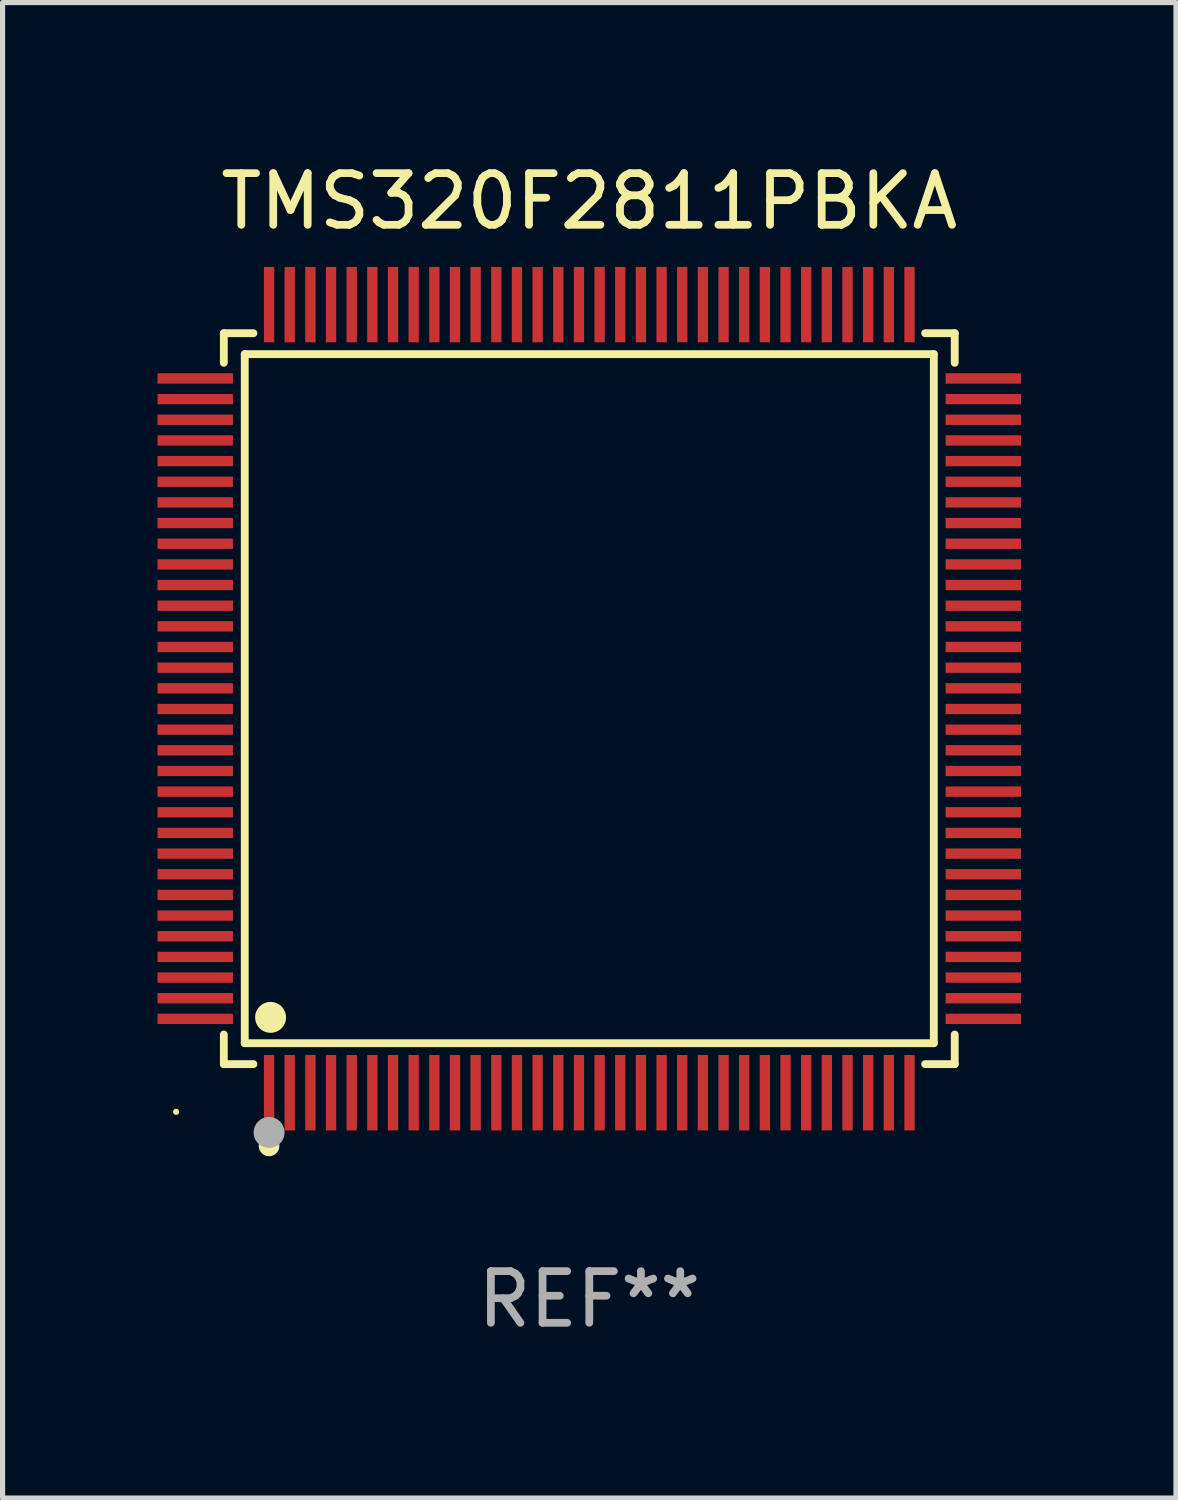
<source format=kicad_pcb>
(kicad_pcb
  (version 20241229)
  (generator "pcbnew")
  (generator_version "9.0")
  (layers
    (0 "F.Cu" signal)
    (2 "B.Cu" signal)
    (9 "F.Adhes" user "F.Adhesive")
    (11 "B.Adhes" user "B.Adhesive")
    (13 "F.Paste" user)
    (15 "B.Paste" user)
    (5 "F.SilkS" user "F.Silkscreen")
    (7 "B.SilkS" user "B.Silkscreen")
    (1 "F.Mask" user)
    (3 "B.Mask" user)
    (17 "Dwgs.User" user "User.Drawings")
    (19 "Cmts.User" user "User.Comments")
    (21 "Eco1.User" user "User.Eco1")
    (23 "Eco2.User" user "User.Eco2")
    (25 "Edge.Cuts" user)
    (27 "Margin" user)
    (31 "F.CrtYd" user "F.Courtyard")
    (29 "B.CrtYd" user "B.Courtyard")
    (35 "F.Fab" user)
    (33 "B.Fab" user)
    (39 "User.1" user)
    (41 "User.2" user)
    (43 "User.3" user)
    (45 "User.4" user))
  (footprint "TMS320F2811PBKA"
    (layer "F.Cu")
    (at 8.36 10.478)
    (property "Reference" "TMS320F2811PBKA" (at 0 -9.63 0) (layer "F.SilkS") (effects (font (size 1 1) (thickness 0.15))))
    (attr through_hole)
    (fp_line (start -7.076 -7.076) (end -6.503 -7.076) (stroke (width 0.152) (type solid)) (layer "F.SilkS"))
    (fp_line (start -7.076 -6.503) (end -7.076 -7.076) (stroke (width 0.152) (type solid)) (layer "F.SilkS"))
    (fp_line (start -7.076 6.503) (end -7.076 7.076) (stroke (width 0.152) (type solid)) (layer "F.SilkS"))
    (fp_line (start -7.076 7.076) (end -6.503 7.076) (stroke (width 0.152) (type solid)) (layer "F.SilkS"))
    (fp_line (start -6.671 -6.671) (end 6.671 -6.671) (stroke (width 0.152) (type solid)) (layer "F.SilkS"))
    (fp_line (start -6.671 6.671) (end -6.671 -6.671) (stroke (width 0.152) (type solid)) (layer "F.SilkS"))
    (fp_line (start 6.671 -6.671) (end 6.671 6.671) (stroke (width 0.152) (type solid)) (layer "F.SilkS"))
    (fp_line (start 6.671 6.671) (end -6.671 6.671) (stroke (width 0.152) (type solid)) (layer "F.SilkS"))
    (fp_line (start 7.076 -7.076) (end 6.503 -7.076) (stroke (width 0.152) (type solid)) (layer "F.SilkS"))
    (fp_line (start 7.076 -6.503) (end 7.076 -7.076) (stroke (width 0.152) (type solid)) (layer "F.SilkS"))
    (fp_line (start 7.076 6.503) (end 7.076 7.076) (stroke (width 0.152) (type solid)) (layer "F.SilkS"))
    (fp_line (start 7.076 7.076) (end 6.503 7.076) (stroke (width 0.152) (type solid)) (layer "F.SilkS"))
    (fp_circle (center -8 8) (end -7.97 8) (stroke (width 0.06) (type solid)) (fill no) (layer "F.SilkS"))
    (fp_circle (center -6.2 8.66) (end -6.1 8.66) (stroke (width 0.2) (type solid)) (fill no) (layer "F.SilkS"))
    (fp_circle (center -6.171 6.171) (end -6.021 6.171) (stroke (width 0.3) (type solid)) (fill no) (layer "F.SilkS"))
    (fp_circle (center -6.2 8.4) (end -6.05 8.4) (stroke (width 0.3) (type solid)) (fill no) (layer "F.Fab"))
    (fp_text user "REF**" (at 0 11.63 0) (layer "F.Fab") (effects (font (size 1 1) (thickness 0.15))))
    (pad "1" smd rect (at -6.2 7.63) (size 0.2 1.46) (layers "F.Cu" "F.Mask" "F.Paste"))
    (pad "2" smd rect (at -5.8 7.63) (size 0.2 1.46) (layers "F.Cu" "F.Mask" "F.Paste"))
    (pad "3" smd rect (at -5.4 7.63) (size 0.2 1.46) (layers "F.Cu" "F.Mask" "F.Paste"))
    (pad "4" smd rect (at -5 7.63) (size 0.2 1.46) (layers "F.Cu" "F.Mask" "F.Paste"))
    (pad "5" smd rect (at -4.6 7.63) (size 0.2 1.46) (layers "F.Cu" "F.Mask" "F.Paste"))
    (pad "6" smd rect (at -4.2 7.63) (size 0.2 1.46) (layers "F.Cu" "F.Mask" "F.Paste"))
    (pad "7" smd rect (at -3.8 7.63) (size 0.2 1.46) (layers "F.Cu" "F.Mask" "F.Paste"))
    (pad "8" smd rect (at -3.4 7.63) (size 0.2 1.46) (layers "F.Cu" "F.Mask" "F.Paste"))
    (pad "9" smd rect (at -3 7.63) (size 0.2 1.46) (layers "F.Cu" "F.Mask" "F.Paste"))
    (pad "10" smd rect (at -2.6 7.63) (size 0.2 1.46) (layers "F.Cu" "F.Mask" "F.Paste"))
    (pad "11" smd rect (at -2.2 7.63) (size 0.2 1.46) (layers "F.Cu" "F.Mask" "F.Paste"))
    (pad "12" smd rect (at -1.8 7.63) (size 0.2 1.46) (layers "F.Cu" "F.Mask" "F.Paste"))
    (pad "13" smd rect (at -1.4 7.63) (size 0.2 1.46) (layers "F.Cu" "F.Mask" "F.Paste"))
    (pad "14" smd rect (at -1 7.63) (size 0.2 1.46) (layers "F.Cu" "F.Mask" "F.Paste"))
    (pad "15" smd rect (at -0.6 7.63) (size 0.2 1.46) (layers "F.Cu" "F.Mask" "F.Paste"))
    (pad "16" smd rect (at -0.2 7.63) (size 0.2 1.46) (layers "F.Cu" "F.Mask" "F.Paste"))
    (pad "17" smd rect (at 0.2 7.63) (size 0.2 1.46) (layers "F.Cu" "F.Mask" "F.Paste"))
    (pad "18" smd rect (at 0.6 7.63) (size 0.2 1.46) (layers "F.Cu" "F.Mask" "F.Paste"))
    (pad "19" smd rect (at 1 7.63) (size 0.2 1.46) (layers "F.Cu" "F.Mask" "F.Paste"))
    (pad "20" smd rect (at 1.4 7.63) (size 0.2 1.46) (layers "F.Cu" "F.Mask" "F.Paste"))
    (pad "21" smd rect (at 1.8 7.63) (size 0.2 1.46) (layers "F.Cu" "F.Mask" "F.Paste"))
    (pad "22" smd rect (at 2.2 7.63) (size 0.2 1.46) (layers "F.Cu" "F.Mask" "F.Paste"))
    (pad "23" smd rect (at 2.6 7.63) (size 0.2 1.46) (layers "F.Cu" "F.Mask" "F.Paste"))
    (pad "24" smd rect (at 3 7.63) (size 0.2 1.46) (layers "F.Cu" "F.Mask" "F.Paste"))
    (pad "25" smd rect (at 3.4 7.63) (size 0.2 1.46) (layers "F.Cu" "F.Mask" "F.Paste"))
    (pad "26" smd rect (at 3.8 7.63) (size 0.2 1.46) (layers "F.Cu" "F.Mask" "F.Paste"))
    (pad "27" smd rect (at 4.2 7.63) (size 0.2 1.46) (layers "F.Cu" "F.Mask" "F.Paste"))
    (pad "28" smd rect (at 4.6 7.63) (size 0.2 1.46) (layers "F.Cu" "F.Mask" "F.Paste"))
    (pad "29" smd rect (at 5 7.63) (size 0.2 1.46) (layers "F.Cu" "F.Mask" "F.Paste"))
    (pad "30" smd rect (at 5.4 7.63) (size 0.2 1.46) (layers "F.Cu" "F.Mask" "F.Paste"))
    (pad "31" smd rect (at 5.8 7.63) (size 0.2 1.46) (layers "F.Cu" "F.Mask" "F.Paste"))
    (pad "32" smd rect (at 6.2 7.63) (size 0.2 1.46) (layers "F.Cu" "F.Mask" "F.Paste"))
    (pad "33" smd rect (at 7.63 6.2) (size 1.46 0.2) (layers "F.Cu" "F.Mask" "F.Paste"))
    (pad "34" smd rect (at 7.63 5.8) (size 1.46 0.2) (layers "F.Cu" "F.Mask" "F.Paste"))
    (pad "35" smd rect (at 7.63 5.4) (size 1.46 0.2) (layers "F.Cu" "F.Mask" "F.Paste"))
    (pad "36" smd rect (at 7.63 5) (size 1.46 0.2) (layers "F.Cu" "F.Mask" "F.Paste"))
    (pad "37" smd rect (at 7.63 4.6) (size 1.46 0.2) (layers "F.Cu" "F.Mask" "F.Paste"))
    (pad "38" smd rect (at 7.63 4.2) (size 1.46 0.2) (layers "F.Cu" "F.Mask" "F.Paste"))
    (pad "39" smd rect (at 7.63 3.8) (size 1.46 0.2) (layers "F.Cu" "F.Mask" "F.Paste"))
    (pad "40" smd rect (at 7.63 3.4) (size 1.46 0.2) (layers "F.Cu" "F.Mask" "F.Paste"))
    (pad "41" smd rect (at 7.63 3) (size 1.46 0.2) (layers "F.Cu" "F.Mask" "F.Paste"))
    (pad "42" smd rect (at 7.63 2.6) (size 1.46 0.2) (layers "F.Cu" "F.Mask" "F.Paste"))
    (pad "43" smd rect (at 7.63 2.2) (size 1.46 0.2) (layers "F.Cu" "F.Mask" "F.Paste"))
    (pad "44" smd rect (at 7.63 1.8) (size 1.46 0.2) (layers "F.Cu" "F.Mask" "F.Paste"))
    (pad "45" smd rect (at 7.63 1.4) (size 1.46 0.2) (layers "F.Cu" "F.Mask" "F.Paste"))
    (pad "46" smd rect (at 7.63 1) (size 1.46 0.2) (layers "F.Cu" "F.Mask" "F.Paste"))
    (pad "47" smd rect (at 7.63 0.6) (size 1.46 0.2) (layers "F.Cu" "F.Mask" "F.Paste"))
    (pad "48" smd rect (at 7.63 0.2) (size 1.46 0.2) (layers "F.Cu" "F.Mask" "F.Paste"))
    (pad "49" smd rect (at 7.63 -0.2) (size 1.46 0.2) (layers "F.Cu" "F.Mask" "F.Paste"))
    (pad "50" smd rect (at 7.63 -0.6) (size 1.46 0.2) (layers "F.Cu" "F.Mask" "F.Paste"))
    (pad "51" smd rect (at 7.63 -1) (size 1.46 0.2) (layers "F.Cu" "F.Mask" "F.Paste"))
    (pad "52" smd rect (at 7.63 -1.4) (size 1.46 0.2) (layers "F.Cu" "F.Mask" "F.Paste"))
    (pad "53" smd rect (at 7.63 -1.8) (size 1.46 0.2) (layers "F.Cu" "F.Mask" "F.Paste"))
    (pad "54" smd rect (at 7.63 -2.2) (size 1.46 0.2) (layers "F.Cu" "F.Mask" "F.Paste"))
    (pad "55" smd rect (at 7.63 -2.6) (size 1.46 0.2) (layers "F.Cu" "F.Mask" "F.Paste"))
    (pad "56" smd rect (at 7.63 -3) (size 1.46 0.2) (layers "F.Cu" "F.Mask" "F.Paste"))
    (pad "57" smd rect (at 7.63 -3.4) (size 1.46 0.2) (layers "F.Cu" "F.Mask" "F.Paste"))
    (pad "58" smd rect (at 7.63 -3.8) (size 1.46 0.2) (layers "F.Cu" "F.Mask" "F.Paste"))
    (pad "59" smd rect (at 7.63 -4.2) (size 1.46 0.2) (layers "F.Cu" "F.Mask" "F.Paste"))
    (pad "60" smd rect (at 7.63 -4.6) (size 1.46 0.2) (layers "F.Cu" "F.Mask" "F.Paste"))
    (pad "61" smd rect (at 7.63 -5) (size 1.46 0.2) (layers "F.Cu" "F.Mask" "F.Paste"))
    (pad "62" smd rect (at 7.63 -5.4) (size 1.46 0.2) (layers "F.Cu" "F.Mask" "F.Paste"))
    (pad "63" smd rect (at 7.63 -5.8) (size 1.46 0.2) (layers "F.Cu" "F.Mask" "F.Paste"))
    (pad "64" smd rect (at 7.63 -6.2) (size 1.46 0.2) (layers "F.Cu" "F.Mask" "F.Paste"))
    (pad "65" smd rect (at 6.2 -7.63) (size 0.2 1.46) (layers "F.Cu" "F.Mask" "F.Paste"))
    (pad "66" smd rect (at 5.8 -7.63) (size 0.2 1.46) (layers "F.Cu" "F.Mask" "F.Paste"))
    (pad "67" smd rect (at 5.4 -7.63) (size 0.2 1.46) (layers "F.Cu" "F.Mask" "F.Paste"))
    (pad "68" smd rect (at 5 -7.63) (size 0.2 1.46) (layers "F.Cu" "F.Mask" "F.Paste"))
    (pad "69" smd rect (at 4.6 -7.63) (size 0.2 1.46) (layers "F.Cu" "F.Mask" "F.Paste"))
    (pad "70" smd rect (at 4.2 -7.63) (size 0.2 1.46) (layers "F.Cu" "F.Mask" "F.Paste"))
    (pad "71" smd rect (at 3.8 -7.63) (size 0.2 1.46) (layers "F.Cu" "F.Mask" "F.Paste"))
    (pad "72" smd rect (at 3.4 -7.63) (size 0.2 1.46) (layers "F.Cu" "F.Mask" "F.Paste"))
    (pad "73" smd rect (at 3 -7.63) (size 0.2 1.46) (layers "F.Cu" "F.Mask" "F.Paste"))
    (pad "74" smd rect (at 2.6 -7.63) (size 0.2 1.46) (layers "F.Cu" "F.Mask" "F.Paste"))
    (pad "75" smd rect (at 2.2 -7.63) (size 0.2 1.46) (layers "F.Cu" "F.Mask" "F.Paste"))
    (pad "76" smd rect (at 1.8 -7.63) (size 0.2 1.46) (layers "F.Cu" "F.Mask" "F.Paste"))
    (pad "77" smd rect (at 1.4 -7.63) (size 0.2 1.46) (layers "F.Cu" "F.Mask" "F.Paste"))
    (pad "78" smd rect (at 1 -7.63) (size 0.2 1.46) (layers "F.Cu" "F.Mask" "F.Paste"))
    (pad "79" smd rect (at 0.6 -7.63) (size 0.2 1.46) (layers "F.Cu" "F.Mask" "F.Paste"))
    (pad "80" smd rect (at 0.2 -7.63) (size 0.2 1.46) (layers "F.Cu" "F.Mask" "F.Paste"))
    (pad "81" smd rect (at -0.2 -7.63) (size 0.2 1.46) (layers "F.Cu" "F.Mask" "F.Paste"))
    (pad "82" smd rect (at -0.6 -7.63) (size 0.2 1.46) (layers "F.Cu" "F.Mask" "F.Paste"))
    (pad "83" smd rect (at -1 -7.63) (size 0.2 1.46) (layers "F.Cu" "F.Mask" "F.Paste"))
    (pad "84" smd rect (at -1.4 -7.63) (size 0.2 1.46) (layers "F.Cu" "F.Mask" "F.Paste"))
    (pad "85" smd rect (at -1.8 -7.63) (size 0.2 1.46) (layers "F.Cu" "F.Mask" "F.Paste"))
    (pad "86" smd rect (at -2.2 -7.63) (size 0.2 1.46) (layers "F.Cu" "F.Mask" "F.Paste"))
    (pad "87" smd rect (at -2.6 -7.63) (size 0.2 1.46) (layers "F.Cu" "F.Mask" "F.Paste"))
    (pad "88" smd rect (at -3 -7.63) (size 0.2 1.46) (layers "F.Cu" "F.Mask" "F.Paste"))
    (pad "89" smd rect (at -3.4 -7.63) (size 0.2 1.46) (layers "F.Cu" "F.Mask" "F.Paste"))
    (pad "90" smd rect (at -3.8 -7.63) (size 0.2 1.46) (layers "F.Cu" "F.Mask" "F.Paste"))
    (pad "91" smd rect (at -4.2 -7.63) (size 0.2 1.46) (layers "F.Cu" "F.Mask" "F.Paste"))
    (pad "92" smd rect (at -4.6 -7.63) (size 0.2 1.46) (layers "F.Cu" "F.Mask" "F.Paste"))
    (pad "93" smd rect (at -5 -7.63) (size 0.2 1.46) (layers "F.Cu" "F.Mask" "F.Paste"))
    (pad "94" smd rect (at -5.4 -7.63) (size 0.2 1.46) (layers "F.Cu" "F.Mask" "F.Paste"))
    (pad "95" smd rect (at -5.8 -7.63) (size 0.2 1.46) (layers "F.Cu" "F.Mask" "F.Paste"))
    (pad "96" smd rect (at -6.2 -7.63) (size 0.2 1.46) (layers "F.Cu" "F.Mask" "F.Paste"))
    (pad "97" smd rect (at -7.63 -6.2) (size 1.46 0.2) (layers "F.Cu" "F.Mask" "F.Paste"))
    (pad "98" smd rect (at -7.63 -5.8) (size 1.46 0.2) (layers "F.Cu" "F.Mask" "F.Paste"))
    (pad "99" smd rect (at -7.63 -5.4) (size 1.46 0.2) (layers "F.Cu" "F.Mask" "F.Paste"))
    (pad "100" smd rect (at -7.63 -5) (size 1.46 0.2) (layers "F.Cu" "F.Mask" "F.Paste"))
    (pad "101" smd rect (at -7.63 -4.6) (size 1.46 0.2) (layers "F.Cu" "F.Mask" "F.Paste"))
    (pad "102" smd rect (at -7.63 -4.2) (size 1.46 0.2) (layers "F.Cu" "F.Mask" "F.Paste"))
    (pad "103" smd rect (at -7.63 -3.8) (size 1.46 0.2) (layers "F.Cu" "F.Mask" "F.Paste"))
    (pad "104" smd rect (at -7.63 -3.4) (size 1.46 0.2) (layers "F.Cu" "F.Mask" "F.Paste"))
    (pad "105" smd rect (at -7.63 -3) (size 1.46 0.2) (layers "F.Cu" "F.Mask" "F.Paste"))
    (pad "106" smd rect (at -7.63 -2.6) (size 1.46 0.2) (layers "F.Cu" "F.Mask" "F.Paste"))
    (pad "107" smd rect (at -7.63 -2.2) (size 1.46 0.2) (layers "F.Cu" "F.Mask" "F.Paste"))
    (pad "108" smd rect (at -7.63 -1.8) (size 1.46 0.2) (layers "F.Cu" "F.Mask" "F.Paste"))
    (pad "109" smd rect (at -7.63 -1.4) (size 1.46 0.2) (layers "F.Cu" "F.Mask" "F.Paste"))
    (pad "110" smd rect (at -7.63 -1) (size 1.46 0.2) (layers "F.Cu" "F.Mask" "F.Paste"))
    (pad "111" smd rect (at -7.63 -0.6) (size 1.46 0.2) (layers "F.Cu" "F.Mask" "F.Paste"))
    (pad "112" smd rect (at -7.63 -0.2) (size 1.46 0.2) (layers "F.Cu" "F.Mask" "F.Paste"))
    (pad "113" smd rect (at -7.63 0.2) (size 1.46 0.2) (layers "F.Cu" "F.Mask" "F.Paste"))
    (pad "114" smd rect (at -7.63 0.6) (size 1.46 0.2) (layers "F.Cu" "F.Mask" "F.Paste"))
    (pad "115" smd rect (at -7.63 1) (size 1.46 0.2) (layers "F.Cu" "F.Mask" "F.Paste"))
    (pad "116" smd rect (at -7.63 1.4) (size 1.46 0.2) (layers "F.Cu" "F.Mask" "F.Paste"))
    (pad "117" smd rect (at -7.63 1.8) (size 1.46 0.2) (layers "F.Cu" "F.Mask" "F.Paste"))
    (pad "118" smd rect (at -7.63 2.2) (size 1.46 0.2) (layers "F.Cu" "F.Mask" "F.Paste"))
    (pad "119" smd rect (at -7.63 2.6) (size 1.46 0.2) (layers "F.Cu" "F.Mask" "F.Paste"))
    (pad "120" smd rect (at -7.63 3) (size 1.46 0.2) (layers "F.Cu" "F.Mask" "F.Paste"))
    (pad "121" smd rect (at -7.63 3.4) (size 1.46 0.2) (layers "F.Cu" "F.Mask" "F.Paste"))
    (pad "122" smd rect (at -7.63 3.8) (size 1.46 0.2) (layers "F.Cu" "F.Mask" "F.Paste"))
    (pad "123" smd rect (at -7.63 4.2) (size 1.46 0.2) (layers "F.Cu" "F.Mask" "F.Paste"))
    (pad "124" smd rect (at -7.63 4.6) (size 1.46 0.2) (layers "F.Cu" "F.Mask" "F.Paste"))
    (pad "125" smd rect (at -7.63 5) (size 1.46 0.2) (layers "F.Cu" "F.Mask" "F.Paste"))
    (pad "126" smd rect (at -7.63 5.4) (size 1.46 0.2) (layers "F.Cu" "F.Mask" "F.Paste"))
    (pad "127" smd rect (at -7.63 5.8) (size 1.46 0.2) (layers "F.Cu" "F.Mask" "F.Paste"))
    (pad "128" smd rect (at -7.63 6.2) (size 1.46 0.2) (layers "F.Cu" "F.Mask" "F.Paste")))
  (gr_rect
    (start -3 -3)
    (end 19.72 25.956)
    (stroke (width 0.1) (type default))
    (fill no)
    (layer "Edge.Cuts")))
</source>
